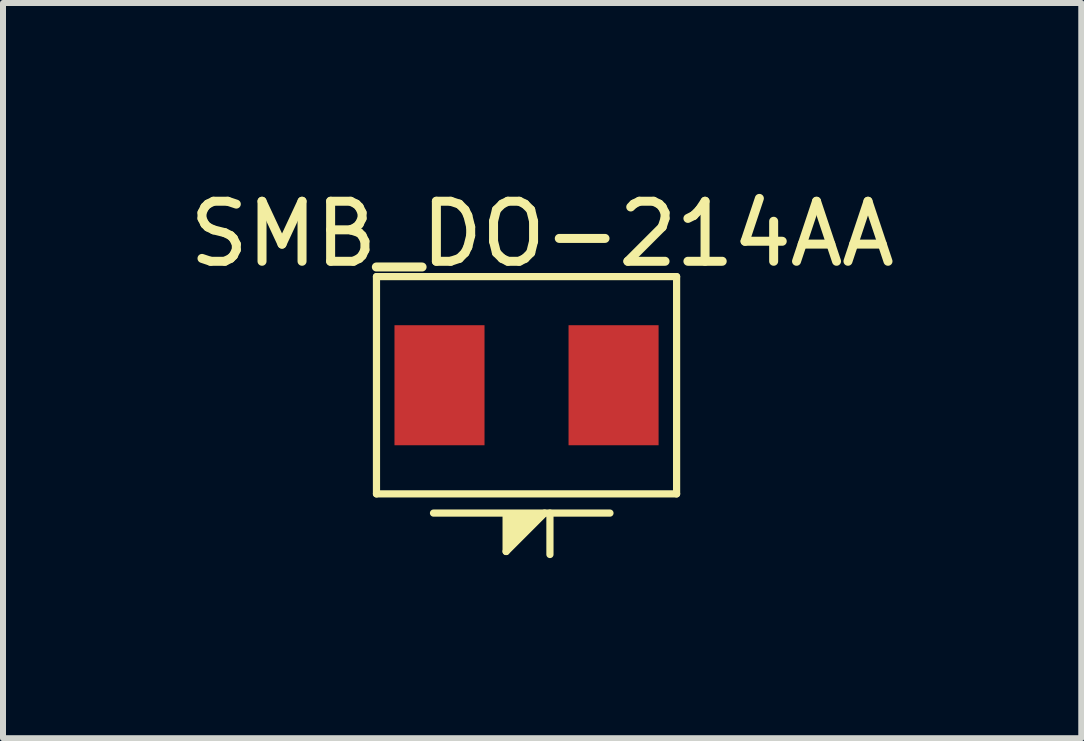
<source format=kicad_pcb>
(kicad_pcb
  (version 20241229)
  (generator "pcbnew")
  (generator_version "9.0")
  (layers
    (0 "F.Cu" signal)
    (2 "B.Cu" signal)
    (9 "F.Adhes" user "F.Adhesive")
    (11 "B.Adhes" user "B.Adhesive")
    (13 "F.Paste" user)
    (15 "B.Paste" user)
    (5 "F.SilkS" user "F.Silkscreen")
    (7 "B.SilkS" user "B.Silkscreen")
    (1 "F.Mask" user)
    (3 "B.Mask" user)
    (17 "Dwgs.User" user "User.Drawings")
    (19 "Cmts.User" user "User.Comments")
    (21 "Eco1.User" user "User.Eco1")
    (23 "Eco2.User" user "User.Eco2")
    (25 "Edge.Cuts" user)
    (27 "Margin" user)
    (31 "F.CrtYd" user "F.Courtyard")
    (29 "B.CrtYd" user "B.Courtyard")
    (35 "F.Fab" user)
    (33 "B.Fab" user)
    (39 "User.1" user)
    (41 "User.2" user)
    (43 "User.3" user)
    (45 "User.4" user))
  (footprint "SMB_DO-214AA"
    (layer "F.Cu")
    (at 5.722 3.368)
    (property "Reference" "SMB_DO-214AA" (at 0.26 -2.52 0) (layer "F.SilkS") (effects (font (size 1 1) (thickness 0.15))))
    (attr smd)
    (fp_line (start -2.5 -1.81) (end -2.5 1.81) (stroke (width 0.12) (type solid)) (layer "F.SilkS"))
    (fp_line (start -2.5 1.81) (end 2.5 1.81) (stroke (width 0.12) (type solid)) (layer "F.SilkS"))
    (fp_line (start -0.34 2.77) (end -0.34 2.14) (stroke (width 0.12) (type solid)) (layer "F.SilkS"))
    (fp_line (start 0.3 2.13) (end -0.34 2.77) (stroke (width 0.12) (type solid)) (layer "F.SilkS"))
    (fp_line (start 0.39 2.13) (end 0.39 2.82) (stroke (width 0.12) (type solid)) (layer "F.SilkS"))
    (fp_line (start 1.39 2.13) (end -1.55 2.13) (stroke (width 0.12) (type solid)) (layer "F.SilkS"))
    (fp_line (start 2.5 -1.81) (end -2.5 -1.81) (stroke (width 0.12) (type solid)) (layer "F.SilkS"))
    (fp_line (start 2.5 -1.81) (end 2.5 1.81) (stroke (width 0.12) (type solid)) (layer "F.SilkS"))
    (fp_poly (pts (xy -0.34 2.13) (xy 0.3 2.13) (xy -0.34 2.77)) (stroke (width 0.1) (type solid)) (fill yes) (layer "F.SilkS"))
    (pad "1" smd rect (at -1.45 0) (size 1.5 2) (layers "F.Cu" "F.Mask" "F.Paste"))
    (pad "2" smd rect (at 1.45 0) (size 1.5 2) (layers "F.Cu" "F.Mask" "F.Paste")))
  (gr_rect
    (start -3 -3)
    (end 14.964 9.248)
    (stroke (width 0.1) (type default))
    (fill no)
    (layer "Edge.Cuts")))
</source>
